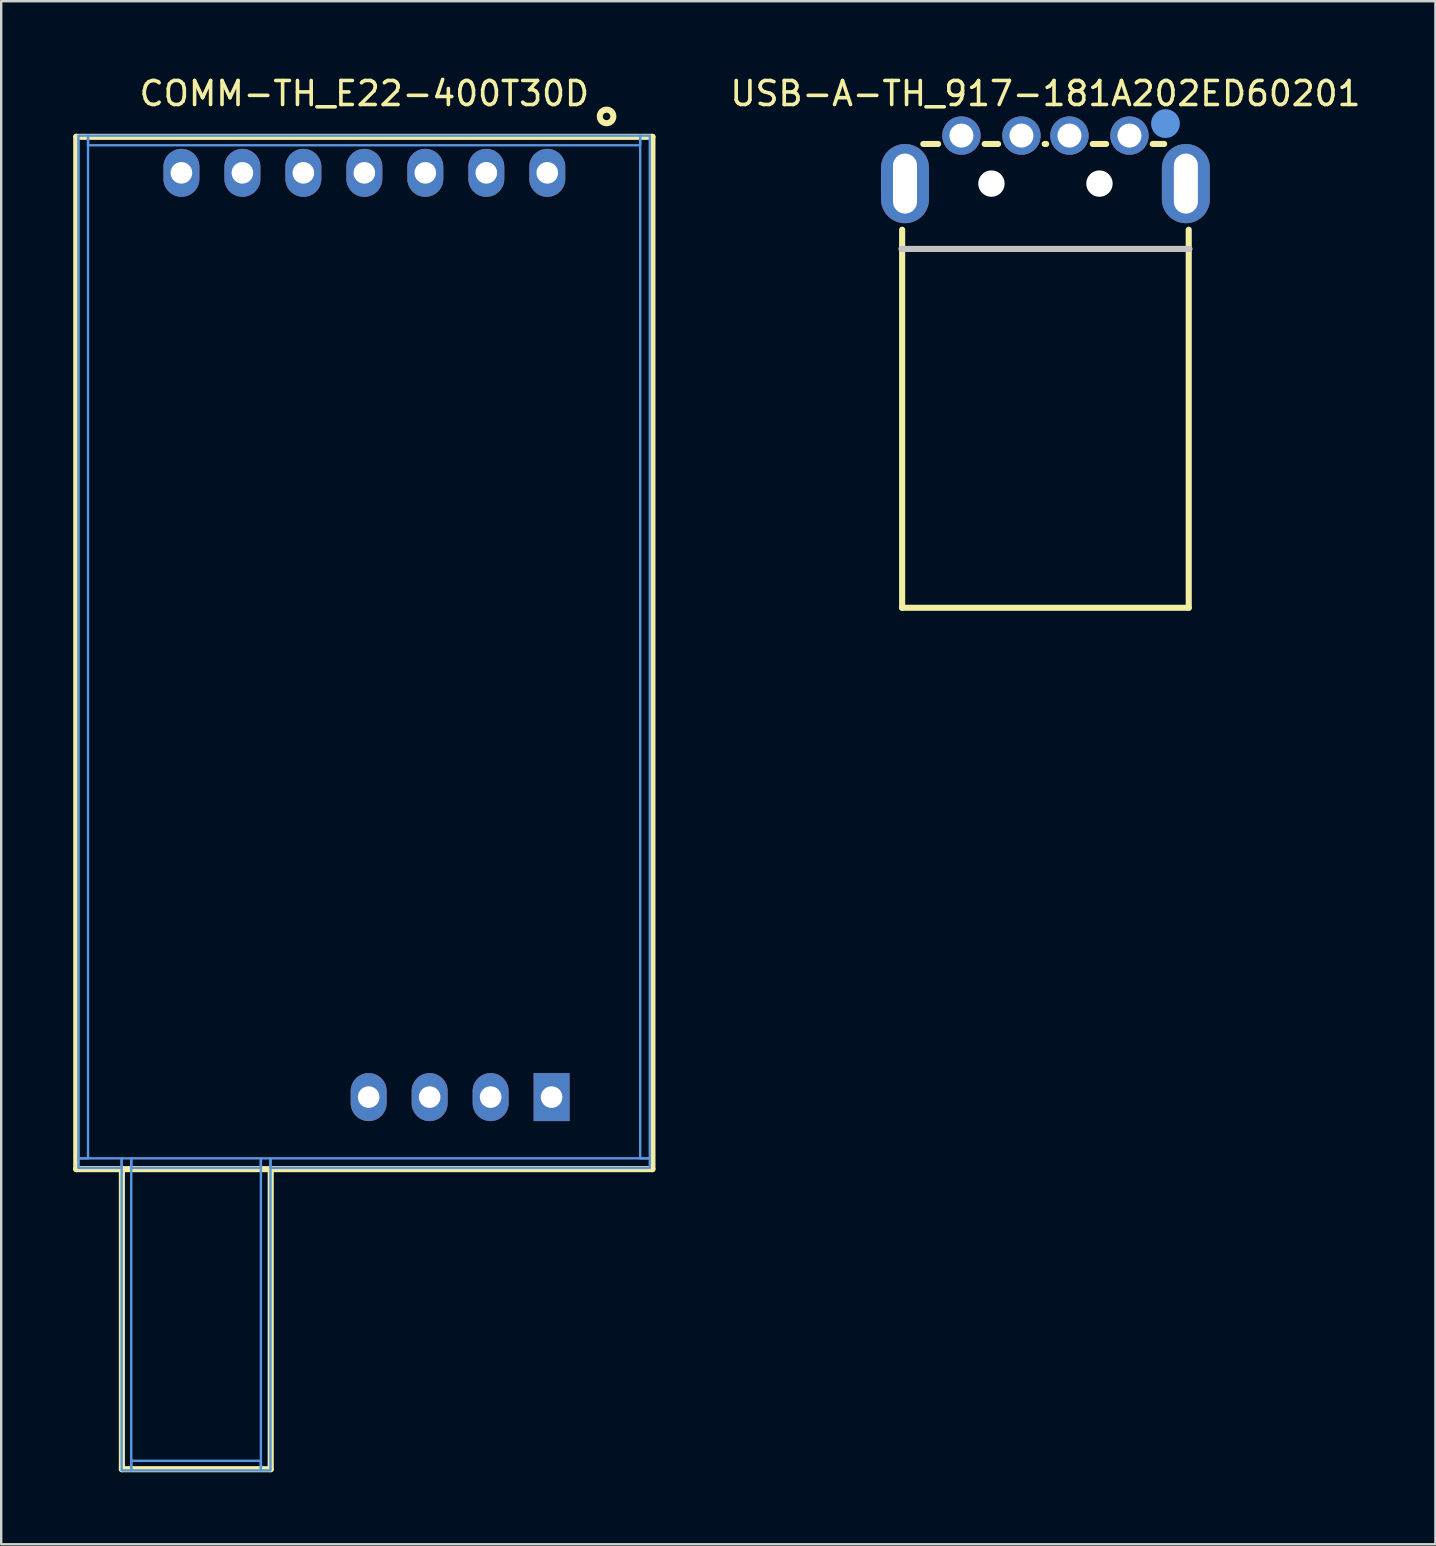
<source format=kicad_pcb>
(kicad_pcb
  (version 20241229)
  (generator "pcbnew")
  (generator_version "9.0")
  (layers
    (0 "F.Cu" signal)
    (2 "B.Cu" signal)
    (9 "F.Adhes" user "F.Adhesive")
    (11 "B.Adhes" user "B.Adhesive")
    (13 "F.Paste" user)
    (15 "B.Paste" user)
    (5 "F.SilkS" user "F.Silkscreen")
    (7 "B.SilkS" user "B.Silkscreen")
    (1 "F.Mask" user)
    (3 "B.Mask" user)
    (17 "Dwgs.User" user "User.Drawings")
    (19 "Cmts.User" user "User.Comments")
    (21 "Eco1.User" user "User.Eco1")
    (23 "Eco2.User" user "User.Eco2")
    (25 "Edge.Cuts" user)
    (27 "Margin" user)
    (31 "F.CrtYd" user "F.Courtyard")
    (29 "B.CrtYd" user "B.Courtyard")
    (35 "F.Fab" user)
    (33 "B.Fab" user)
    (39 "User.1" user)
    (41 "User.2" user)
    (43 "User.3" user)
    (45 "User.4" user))
  (footprint "COMM-TH_E22-400T30D"
    (layer "F.Cu")
    (at 12.217 23.4)
    (property "Reference" "COMM-TH_E22-400T30D" (at -0.09 -22.552 0) (layer "F.SilkS") (effects (font (size 1 1) (thickness 0.15))))
    (attr through_hole)
    (fp_line (start -12.09 -20.75) (end 11.91 -20.75) (stroke (width 0.254) (type solid)) (layer "F.SilkS"))
    (fp_line (start -12.09 22.25) (end -12.09 -20.75) (stroke (width 0.254) (type solid)) (layer "F.SilkS"))
    (fp_line (start -10.19 22.25) (end -12.09 22.25) (stroke (width 0.254) (type solid)) (layer "F.SilkS"))
    (fp_line (start -10.19 34.75) (end -10.19 22.25) (stroke (width 0.254) (type solid)) (layer "F.SilkS"))
    (fp_line (start -3.99 22.25) (end -10.19 22.25) (stroke (width 0.254) (type solid)) (layer "F.SilkS"))
    (fp_line (start -3.99 22.25) (end -3.99 34.75) (stroke (width 0.254) (type solid)) (layer "F.SilkS"))
    (fp_line (start -3.99 34.75) (end -10.19 34.75) (stroke (width 0.254) (type solid)) (layer "F.SilkS"))
    (fp_line (start 11.91 -20.75) (end 11.91 22.25) (stroke (width 0.254) (type solid)) (layer "F.SilkS"))
    (fp_line (start 11.91 22.25) (end -3.99 22.25) (stroke (width 0.254) (type solid)) (layer "F.SilkS"))
    (fp_circle (center 10 -21.6) (end 10.283 -21.6) (stroke (width 0.254) (type solid)) (fill no) (layer "F.SilkS"))
    (fp_poly (pts (xy -12 21.8) (xy -12 -20.8) (xy -11.6 -20.8) (xy -11.6 21.8)) (stroke (width 0.1) (type solid)) (fill no) (layer "Cmts.User"))
    (fp_poly (pts (xy -10.2 21.8) (xy -10.2 34.8) (xy -9.8 34.8) (xy -9.8 21.8)) (stroke (width 0.1) (type solid)) (fill no) (layer "Cmts.User"))
    (fp_poly (pts (xy -10.2 22.2) (xy -10.2 21.8) (xy -12 21.8) (xy -12 22.2)) (stroke (width 0.1) (type solid)) (fill no) (layer "Cmts.User"))
    (fp_poly (pts (xy -9.8 34.8) (xy -4.4 34.8) (xy -4.4 34.4) (xy -9.8 34.4)) (stroke (width 0.1) (type solid)) (fill no) (layer "Cmts.User"))
    (fp_poly (pts (xy -4.4 21.8) (xy -9.8 21.8) (xy -9.8 22.2) (xy -4.4 22.2)) (stroke (width 0.1) (type solid)) (fill no) (layer "Cmts.User"))
    (fp_poly (pts (xy -4 21.8) (xy -4 34.8) (xy -4.4 34.8) (xy -4.4 21.8)) (stroke (width 0.1) (type solid)) (fill no) (layer "Cmts.User"))
    (fp_poly (pts (xy -4 21.8) (xy 11.8 21.8) (xy 11.8 22.2) (xy -4 22.2)) (stroke (width 0.1) (type solid)) (fill no) (layer "Cmts.User"))
    (fp_poly (pts (xy 11.4 -20.8) (xy -11.6 -20.8) (xy -11.6 -20.4) (xy 11.4 -20.4)) (stroke (width 0.1) (type solid)) (fill no) (layer "Cmts.User"))
    (fp_poly (pts (xy 11.8 21.8) (xy 11.8 -20.8) (xy 11.4 -20.8) (xy 11.4 21.8)) (stroke (width 0.1) (type solid)) (fill no) (layer "Cmts.User"))
    (pad "1" thru_hole oval (at 7.53 -19.25) (size 1.5 2) (drill 0.9) (layers "*.Cu" "*.Paste" "*.Mask"))
    (pad "2" thru_hole oval (at 4.99 -19.25) (size 1.5 2) (drill 0.9) (layers "*.Cu" "*.Paste" "*.Mask"))
    (pad "3" thru_hole oval (at 2.45 -19.25) (size 1.5 2) (drill 0.9) (layers "*.Cu" "*.Paste" "*.Mask"))
    (pad "4" thru_hole oval (at -0.09 -19.25) (size 1.5 2) (drill 0.9) (layers "*.Cu" "*.Paste" "*.Mask"))
    (pad "5" thru_hole oval (at -2.63 -19.25) (size 1.5 2) (drill 0.9) (layers "*.Cu" "*.Paste" "*.Mask"))
    (pad "6" thru_hole oval (at -5.17 -19.25) (size 1.5 2) (drill 0.9) (layers "*.Cu" "*.Paste" "*.Mask"))
    (pad "7" thru_hole oval (at -7.71 -19.25) (size 1.5 2) (drill 0.9) (layers "*.Cu" "*.Paste" "*.Mask"))
    (pad "8" thru_hole oval (at 0.09 19.25) (size 1.5 2) (drill 0.9) (layers "*.Cu" "*.Paste" "*.Mask"))
    (pad "9" thru_hole oval (at 2.63 19.25) (size 1.5 2) (drill 0.9) (layers "*.Cu" "*.Paste" "*.Mask"))
    (pad "10" thru_hole oval (at 5.17 19.25) (size 1.5 2) (drill 0.9) (layers "*.Cu" "*.Paste" "*.Mask"))
    (pad "11" thru_hole rect (at 7.71 19.25) (size 1.5 2) (drill 0.9) (layers "*.Cu" "*.Paste" "*.Mask")))
  (footprint "USB-A-TH_917-181A202ED60201"
    (layer "F.Cu")
    (at 40.498 3.598)
    (property "Reference" "USB-A-TH_917-181A202ED60201" (at 0 -2.75 0) (layer "F.SilkS") (effects (font (size 1 1) (thickness 0.15))))
    (attr through_hole)
    (fp_line (start -5.969 18.669) (end -5.969 2.921) (stroke (width 0.254) (type solid)) (layer "F.SilkS"))
    (fp_line (start -5.088 -0.651) (end -4.47 -0.651) (stroke (width 0.254) (type solid)) (layer "F.SilkS"))
    (fp_line (start -2.53 -0.651) (end -1.97 -0.651) (stroke (width 0.254) (type solid)) (layer "F.SilkS"))
    (fp_line (start -0.03 -0.651) (end 0.03 -0.651) (stroke (width 0.254) (type solid)) (layer "F.SilkS"))
    (fp_line (start 1.97 -0.651) (end 2.53 -0.651) (stroke (width 0.254) (type solid)) (layer "F.SilkS"))
    (fp_line (start 4.47 -0.651) (end 4.945 -0.651) (stroke (width 0.254) (type solid)) (layer "F.SilkS"))
    (fp_line (start 5.969 2.921) (end 5.969 18.669) (stroke (width 0.254) (type solid)) (layer "F.SilkS"))
    (fp_line (start 5.969 18.669) (end -5.969 18.669) (stroke (width 0.254) (type solid)) (layer "F.SilkS"))
    (fp_line (start -6 3.721) (end 6 3.721) (stroke (width 0.254) (type solid)) (layer "Dwgs.User"))
    (fp_circle (center -2.25 1) (end -2 1) (stroke (width 0.5) (type solid)) (fill no) (layer "Cmts.User"))
    (fp_circle (center 2.25 1) (end 2.5 1) (stroke (width 0.5) (type solid)) (fill no) (layer "Cmts.User"))
    (fp_circle (center 5 -1.5) (end 5.3 -1.5) (stroke (width 0.6) (type solid)) (fill no) (layer "Cmts.User"))
    (pad "" np_thru_hole circle (at -2.25 1) (size 1.1 1.1) (drill 1.1) (layers "*.Cu" "*.Mask"))
    (pad "" np_thru_hole circle (at 2.25 1) (size 1.1 1.1) (drill 1.1) (layers "*.Cu" "*.Mask"))
    (pad "1" thru_hole circle (at 3.5 -1) (size 1.6 1.6) (drill 1) (layers "*.Cu" "*.Paste" "*.Mask"))
    (pad "2" thru_hole circle (at 1 -1) (size 1.6 1.6) (drill 1) (layers "*.Cu" "*.Paste" "*.Mask"))
    (pad "3" thru_hole circle (at -1 -1) (size 1.6 1.6) (drill 1) (layers "*.Cu" "*.Paste" "*.Mask"))
    (pad "4" thru_hole circle (at -3.5 -1) (size 1.6 1.6) (drill 1) (layers "*.Cu" "*.Paste" "*.Mask"))
    (pad "5" thru_hole oval (at -5.85 1) (size 2 3.3) (drill oval 1 2.5) (layers "*.Cu" "*.Paste" "*.Mask"))
    (pad "5" thru_hole oval (at 5.85 1) (size 2 3.3) (drill oval 1 2.5) (layers "*.Cu" "*.Paste" "*.Mask")))
  (gr_rect
    (start -3 -3)
    (end 56.742 61.277)
    (stroke (width 0.1) (type default))
    (fill no)
    (layer "Edge.Cuts")))
</source>
